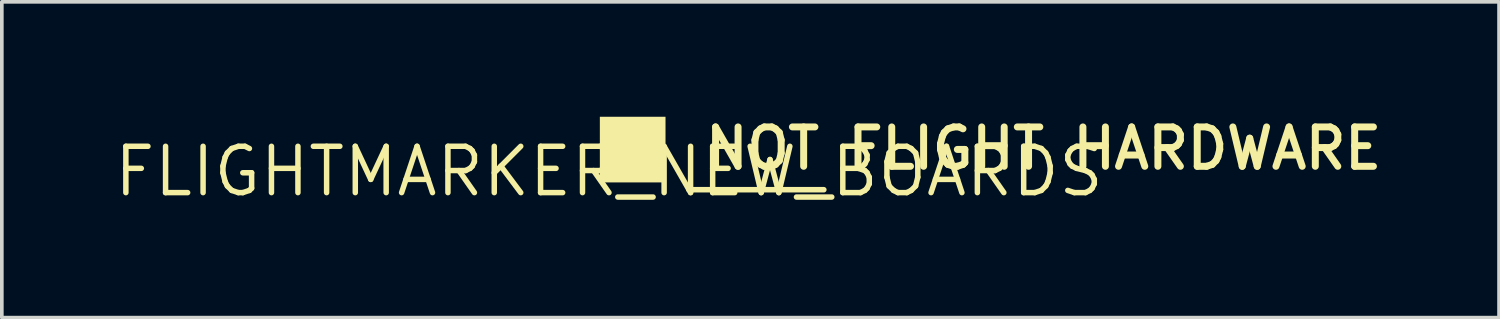
<source format=kicad_pcb>
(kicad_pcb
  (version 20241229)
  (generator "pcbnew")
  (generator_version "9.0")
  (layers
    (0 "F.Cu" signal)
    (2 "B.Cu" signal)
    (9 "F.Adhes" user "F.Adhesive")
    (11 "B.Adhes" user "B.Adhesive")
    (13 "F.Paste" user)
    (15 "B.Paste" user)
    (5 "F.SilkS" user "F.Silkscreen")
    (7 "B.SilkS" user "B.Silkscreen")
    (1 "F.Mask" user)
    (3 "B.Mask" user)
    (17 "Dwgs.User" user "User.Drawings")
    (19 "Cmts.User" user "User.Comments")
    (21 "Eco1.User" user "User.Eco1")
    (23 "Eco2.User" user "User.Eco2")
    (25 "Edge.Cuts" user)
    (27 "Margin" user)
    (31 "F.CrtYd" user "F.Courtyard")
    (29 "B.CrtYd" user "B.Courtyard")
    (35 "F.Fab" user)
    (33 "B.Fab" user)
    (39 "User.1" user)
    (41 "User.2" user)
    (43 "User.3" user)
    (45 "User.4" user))
  (footprint "FLIGHTMARKER_NEW_BOARDS"
    (layer "F.Cu")
    (at 13.645 1.651)
    (property "Reference" "FLIGHTMARKER_NEW_BOARDS" (at 0 0 0) (layer "F.SilkS") (effects (font (size 1.27 1.27) (thickness 0.15))))
    (fp_line (start 2.19 0.5) (end 5.89 0.5) (stroke (width 0.152) (type solid)) (layer "F.SilkS"))
    (fp_poly (pts (xy -0.25 0.3) (xy 1.55 0.3) (xy 1.55 -1.5) (xy -0.25 -1.5)) (stroke (width 0) (type default)) (fill yes) (layer "F.SilkS"))
    (fp_text user "NOT FLIGHT HARDWARE" (at 2.54 0 0) (unlocked yes) (layer "F.SilkS") (effects (font (size 1.079 1.079) (thickness 0.191)) (justify left bottom))))
  (gr_rect
    (start -3 -3)
    (end 38.046 5.657)
    (stroke (width 0.1) (type default))
    (fill no)
    (layer "Edge.Cuts")))
</source>
